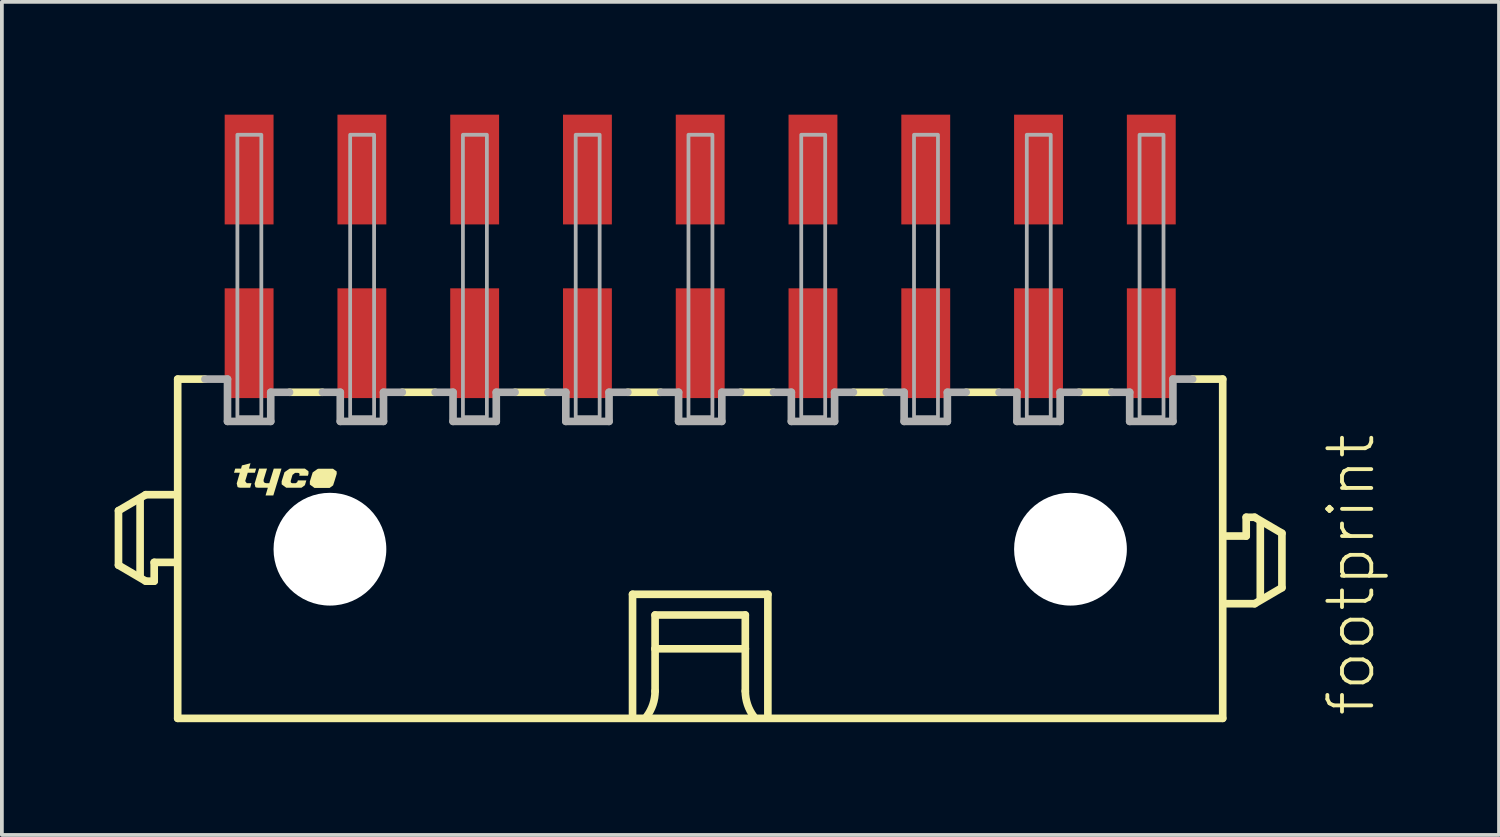
<source format=kicad_pcb>
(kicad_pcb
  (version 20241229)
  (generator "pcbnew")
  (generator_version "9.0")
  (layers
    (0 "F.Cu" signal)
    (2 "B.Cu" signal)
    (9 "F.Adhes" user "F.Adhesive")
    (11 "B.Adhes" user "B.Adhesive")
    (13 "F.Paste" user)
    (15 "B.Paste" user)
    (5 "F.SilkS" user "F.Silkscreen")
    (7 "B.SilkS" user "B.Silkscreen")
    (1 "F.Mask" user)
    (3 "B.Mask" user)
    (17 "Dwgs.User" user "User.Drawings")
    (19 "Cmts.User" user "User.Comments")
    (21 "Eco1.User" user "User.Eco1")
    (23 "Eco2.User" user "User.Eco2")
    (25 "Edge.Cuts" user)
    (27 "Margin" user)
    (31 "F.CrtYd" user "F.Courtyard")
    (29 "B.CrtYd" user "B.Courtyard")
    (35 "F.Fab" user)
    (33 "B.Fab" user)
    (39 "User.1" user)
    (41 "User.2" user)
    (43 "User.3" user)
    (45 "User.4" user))
  (footprint "footprint"
    (layer "F.Cu")
    (at 15.577 11.56)
    (property "Reference" "footprint" (at 18 4.5 90) (layer "F.SilkS") (effects (font (size 1.168 1.168) (thickness 0.102)) (justify left bottom)))
    (fp_line (start -15.475 -1.025) (end -15.475 0.425) (stroke (width 0.203) (type solid)) (layer "F.SilkS"))
    (fp_line (start -15.475 0.425) (end -14.75 0.85) (stroke (width 0.203) (type solid)) (layer "F.SilkS"))
    (fp_line (start -14.9 0.7) (end -14.9 -1.3) (stroke (width 0.203) (type solid)) (layer "F.SilkS"))
    (fp_line (start -14.75 -1.45) (end -15.475 -1.025) (stroke (width 0.203) (type solid)) (layer "F.SilkS"))
    (fp_line (start -14.75 0.85) (end -14.525 0.85) (stroke (width 0.203) (type solid)) (layer "F.SilkS"))
    (fp_line (start -14.525 0.35) (end -14 0.35) (stroke (width 0.203) (type solid)) (layer "F.SilkS"))
    (fp_line (start -14.525 0.85) (end -14.525 0.35) (stroke (width 0.203) (type solid)) (layer "F.SilkS"))
    (fp_line (start -14 -1.45) (end -14.75 -1.45) (stroke (width 0.203) (type solid)) (layer "F.SilkS"))
    (fp_line (start -13.9 -4.525) (end -13.9 4.5) (stroke (width 0.203) (type solid)) (layer "F.SilkS"))
    (fp_line (start -13.9 -4.525) (end -13.175 -4.525) (stroke (width 0.203) (type solid)) (layer "F.SilkS"))
    (fp_line (start -13.9 4.5) (end 13.9 4.5) (stroke (width 0.203) (type solid)) (layer "F.SilkS"))
    (fp_line (start -10.05 -4.175) (end -10.925 -4.175) (stroke (width 0.203) (type solid)) (layer "F.SilkS"))
    (fp_line (start -7.05 -4.175) (end -7.925 -4.175) (stroke (width 0.203) (type solid)) (layer "F.SilkS"))
    (fp_line (start -4.05 -4.175) (end -4.925 -4.175) (stroke (width 0.203) (type solid)) (layer "F.SilkS"))
    (fp_line (start -1.8 1.2) (end 1.8 1.2) (stroke (width 0.203) (type solid)) (layer "F.SilkS"))
    (fp_line (start -1.8 4.4) (end -1.8 1.2) (stroke (width 0.203) (type solid)) (layer "F.SilkS"))
    (fp_line (start -1.2 1.75) (end -1.2 2.65) (stroke (width 0.203) (type solid)) (layer "F.SilkS"))
    (fp_line (start -1.2 2.65) (end -1.2 3.775) (stroke (width 0.203) (type solid)) (layer "F.SilkS"))
    (fp_line (start -1.2 2.65) (end 1.2 2.65) (stroke (width 0.203) (type solid)) (layer "F.SilkS"))
    (fp_line (start -1.05 -4.175) (end -1.925 -4.175) (stroke (width 0.203) (type solid)) (layer "F.SilkS"))
    (fp_line (start 1.2 1.75) (end -1.2 1.75) (stroke (width 0.203) (type solid)) (layer "F.SilkS"))
    (fp_line (start 1.2 2.65) (end 1.2 1.75) (stroke (width 0.203) (type solid)) (layer "F.SilkS"))
    (fp_line (start 1.2 2.65) (end 1.2 3.775) (stroke (width 0.203) (type solid)) (layer "F.SilkS"))
    (fp_line (start 1.8 1.2) (end 1.8 4.4) (stroke (width 0.203) (type solid)) (layer "F.SilkS"))
    (fp_line (start 1.95 -4.175) (end 1.075 -4.175) (stroke (width 0.203) (type solid)) (layer "F.SilkS"))
    (fp_line (start 4.95 -4.175) (end 4.075 -4.175) (stroke (width 0.203) (type solid)) (layer "F.SilkS"))
    (fp_line (start 7.95 -4.175) (end 7.075 -4.175) (stroke (width 0.203) (type solid)) (layer "F.SilkS"))
    (fp_line (start 10.95 -4.175) (end 10.075 -4.175) (stroke (width 0.203) (type solid)) (layer "F.SilkS"))
    (fp_line (start 13.9 -4.525) (end 13.1 -4.525) (stroke (width 0.203) (type solid)) (layer "F.SilkS"))
    (fp_line (start 13.9 4.5) (end 13.9 -4.525) (stroke (width 0.203) (type solid)) (layer "F.SilkS"))
    (fp_line (start 14 1.45) (end 14.75 1.45) (stroke (width 0.203) (type solid)) (layer "F.SilkS"))
    (fp_line (start 14.525 -0.85) (end 14.525 -0.35) (stroke (width 0.203) (type solid)) (layer "F.SilkS"))
    (fp_line (start 14.525 -0.35) (end 14 -0.35) (stroke (width 0.203) (type solid)) (layer "F.SilkS"))
    (fp_line (start 14.75 -0.85) (end 14.525 -0.85) (stroke (width 0.203) (type solid)) (layer "F.SilkS"))
    (fp_line (start 14.75 1.45) (end 15.475 1.025) (stroke (width 0.203) (type solid)) (layer "F.SilkS"))
    (fp_line (start 14.9 1.3) (end 14.9 -0.7) (stroke (width 0.203) (type solid)) (layer "F.SilkS"))
    (fp_line (start 15.475 -0.425) (end 14.75 -0.85) (stroke (width 0.203) (type solid)) (layer "F.SilkS"))
    (fp_line (start 15.475 1.025) (end 15.475 -0.425) (stroke (width 0.203) (type solid)) (layer "F.SilkS"))
    (fp_arc (start -1.2 3.775) (mid -1.257731 4.130756) (end -1.425 4.449999) (stroke (width 0.2032) (type solid)) (layer "F.SilkS"))
    (fp_arc (start 1.425 4.449999) (mid 1.257732 4.130756) (end 1.2 3.775) (stroke (width 0.2032) (type solid)) (layer "F.SilkS"))
    (fp_poly (pts (xy -11.615 -1.844) (xy -11.613 -1.799) (xy -11.585 -1.764) (xy -11.539 -1.755) (xy -11.464 -1.755) (xy -11.344 -2.145) (xy -11.138 -2.145) (xy -11.356 -1.43) (xy -11.562 -1.43) (xy -11.502 -1.635) (xy -11.78 -1.635) (xy -11.78 -1.645) (xy -11.785 -1.645) (xy -11.785 -1.64) (xy -11.787 -1.635) (xy -11.833 -1.651) (xy -11.855 -1.74) (xy -11.734 -2.145) (xy -11.523 -2.145)) (stroke (width 0) (type solid)) (fill yes) (layer "F.SilkS"))
    (fp_poly (pts (xy -12.003 -2.145) (xy -11.813 -2.145) (xy -11.846 -2.035) (xy -12.036 -2.035) (xy -12.104 -1.811) (xy -12.062 -1.755) (xy -11.938 -1.755) (xy -11.971 -1.635) (xy -12.25 -1.635) (xy -12.25 -1.645) (xy -12.255 -1.645) (xy -12.255 -1.64) (xy -12.257 -1.635) (xy -12.307 -1.653) (xy -12.33 -1.75) (xy -12.247 -2.035) (xy -12.402 -2.035) (xy -12.369 -2.145) (xy -12.214 -2.145) (xy -12.192 -2.229) (xy -11.963 -2.287)) (stroke (width 0) (type solid)) (fill yes) (layer "F.SilkS"))
    (fp_poly (pts (xy -9.671 -2.069) (xy -9.67 -2.005) (xy -9.67 -2.004) (xy -9.723 -1.83) (xy -9.723 -1.83) (xy -9.725 -1.823) (xy -9.726 -1.82) (xy -9.726 -1.82) (xy -9.766 -1.697) (xy -9.858 -1.63) (xy -10.262 -1.63) (xy -10.384 -1.72) (xy -10.385 -1.8) (xy -10.385 -1.801) (xy -10.309 -2.043) (xy -10.173 -2.139) (xy -10.17 -2.135) (xy -10.17 -2.13) (xy -10.165 -2.13) (xy -10.165 -2.14) (xy -9.768 -2.14)) (stroke (width 0) (type solid)) (fill yes) (layer "F.SilkS"))
    (fp_poly (pts (xy -10.421 -2.074) (xy -10.42 -2.01) (xy -10.42 -2.009) (xy -10.436 -1.955) (xy -10.667 -1.955) (xy -10.66 -1.976) (xy -10.658 -2.001) (xy -10.672 -2.022) (xy -10.696 -2.03) (xy -10.778 -2.03) (xy -10.846 -1.977) (xy -10.895 -1.81) (xy -10.888 -1.772) (xy -10.854 -1.755) (xy -10.762 -1.755) (xy -10.719 -1.783) (xy -10.704 -1.83) (xy -10.478 -1.83) (xy -10.516 -1.702) (xy -10.608 -1.635) (xy -11.012 -1.635) (xy -11.134 -1.725) (xy -11.135 -1.805) (xy -11.135 -1.806) (xy -11.059 -2.048) (xy -10.923 -2.144) (xy -10.92 -2.14) (xy -10.92 -2.135) (xy -10.915 -2.135) (xy -10.915 -2.145) (xy -10.518 -2.145)) (stroke (width 0) (type solid)) (fill yes) (layer "F.SilkS"))
    (fp_line (start -12.575 -4.525) (end -13.175 -4.525) (stroke (width 0.203) (type solid)) (layer "F.Fab"))
    (fp_line (start -12.575 -3.4) (end -12.575 -4.525) (stroke (width 0.203) (type solid)) (layer "F.Fab"))
    (fp_line (start -11.425 -4.175) (end -11.425 -3.4) (stroke (width 0.203) (type solid)) (layer "F.Fab"))
    (fp_line (start -11.425 -3.4) (end -12.575 -3.4) (stroke (width 0.203) (type solid)) (layer "F.Fab"))
    (fp_line (start -10.925 -4.175) (end -11.425 -4.175) (stroke (width 0.203) (type solid)) (layer "F.Fab"))
    (fp_line (start -9.575 -4.175) (end -10.05 -4.175) (stroke (width 0.203) (type solid)) (layer "F.Fab"))
    (fp_line (start -9.575 -3.4) (end -9.575 -4.175) (stroke (width 0.203) (type solid)) (layer "F.Fab"))
    (fp_line (start -8.425 -4.175) (end -8.425 -3.4) (stroke (width 0.203) (type solid)) (layer "F.Fab"))
    (fp_line (start -8.425 -3.4) (end -9.575 -3.4) (stroke (width 0.203) (type solid)) (layer "F.Fab"))
    (fp_line (start -7.925 -4.175) (end -8.425 -4.175) (stroke (width 0.203) (type solid)) (layer "F.Fab"))
    (fp_line (start -6.575 -4.175) (end -7.05 -4.175) (stroke (width 0.203) (type solid)) (layer "F.Fab"))
    (fp_line (start -6.575 -3.4) (end -6.575 -4.175) (stroke (width 0.203) (type solid)) (layer "F.Fab"))
    (fp_line (start -5.425 -4.175) (end -5.425 -3.4) (stroke (width 0.203) (type solid)) (layer "F.Fab"))
    (fp_line (start -5.425 -3.4) (end -6.575 -3.4) (stroke (width 0.203) (type solid)) (layer "F.Fab"))
    (fp_line (start -4.925 -4.175) (end -5.425 -4.175) (stroke (width 0.203) (type solid)) (layer "F.Fab"))
    (fp_line (start -3.575 -4.175) (end -4.05 -4.175) (stroke (width 0.203) (type solid)) (layer "F.Fab"))
    (fp_line (start -3.575 -3.4) (end -3.575 -4.175) (stroke (width 0.203) (type solid)) (layer "F.Fab"))
    (fp_line (start -2.425 -4.175) (end -2.425 -3.4) (stroke (width 0.203) (type solid)) (layer "F.Fab"))
    (fp_line (start -2.425 -3.4) (end -3.575 -3.4) (stroke (width 0.203) (type solid)) (layer "F.Fab"))
    (fp_line (start -1.925 -4.175) (end -2.425 -4.175) (stroke (width 0.203) (type solid)) (layer "F.Fab"))
    (fp_line (start -0.575 -4.175) (end -1.05 -4.175) (stroke (width 0.203) (type solid)) (layer "F.Fab"))
    (fp_line (start -0.575 -3.4) (end -0.575 -4.175) (stroke (width 0.203) (type solid)) (layer "F.Fab"))
    (fp_line (start 0.575 -4.175) (end 0.575 -3.4) (stroke (width 0.203) (type solid)) (layer "F.Fab"))
    (fp_line (start 0.575 -3.4) (end -0.575 -3.4) (stroke (width 0.203) (type solid)) (layer "F.Fab"))
    (fp_line (start 1.075 -4.175) (end 0.575 -4.175) (stroke (width 0.203) (type solid)) (layer "F.Fab"))
    (fp_line (start 2.425 -4.175) (end 1.95 -4.175) (stroke (width 0.203) (type solid)) (layer "F.Fab"))
    (fp_line (start 2.425 -3.4) (end 2.425 -4.175) (stroke (width 0.203) (type solid)) (layer "F.Fab"))
    (fp_line (start 3.575 -4.175) (end 3.575 -3.4) (stroke (width 0.203) (type solid)) (layer "F.Fab"))
    (fp_line (start 3.575 -3.4) (end 2.425 -3.4) (stroke (width 0.203) (type solid)) (layer "F.Fab"))
    (fp_line (start 4.075 -4.175) (end 3.575 -4.175) (stroke (width 0.203) (type solid)) (layer "F.Fab"))
    (fp_line (start 5.425 -4.175) (end 4.95 -4.175) (stroke (width 0.203) (type solid)) (layer "F.Fab"))
    (fp_line (start 5.425 -3.4) (end 5.425 -4.175) (stroke (width 0.203) (type solid)) (layer "F.Fab"))
    (fp_line (start 6.575 -4.175) (end 6.575 -3.4) (stroke (width 0.203) (type solid)) (layer "F.Fab"))
    (fp_line (start 6.575 -3.4) (end 5.425 -3.4) (stroke (width 0.203) (type solid)) (layer "F.Fab"))
    (fp_line (start 7.075 -4.175) (end 6.575 -4.175) (stroke (width 0.203) (type solid)) (layer "F.Fab"))
    (fp_line (start 8.425 -4.175) (end 7.95 -4.175) (stroke (width 0.203) (type solid)) (layer "F.Fab"))
    (fp_line (start 8.425 -3.4) (end 8.425 -4.175) (stroke (width 0.203) (type solid)) (layer "F.Fab"))
    (fp_line (start 9.575 -4.175) (end 9.575 -3.4) (stroke (width 0.203) (type solid)) (layer "F.Fab"))
    (fp_line (start 9.575 -3.4) (end 8.425 -3.4) (stroke (width 0.203) (type solid)) (layer "F.Fab"))
    (fp_line (start 10.075 -4.175) (end 9.575 -4.175) (stroke (width 0.203) (type solid)) (layer "F.Fab"))
    (fp_line (start 11.425 -4.175) (end 10.95 -4.175) (stroke (width 0.203) (type solid)) (layer "F.Fab"))
    (fp_line (start 11.425 -3.4) (end 11.425 -4.175) (stroke (width 0.203) (type solid)) (layer "F.Fab"))
    (fp_line (start 12.575 -4.525) (end 12.575 -3.4) (stroke (width 0.203) (type solid)) (layer "F.Fab"))
    (fp_line (start 12.575 -3.4) (end 11.425 -3.4) (stroke (width 0.203) (type solid)) (layer "F.Fab"))
    (fp_line (start 13.1 -4.525) (end 12.575 -4.525) (stroke (width 0.203) (type solid)) (layer "F.Fab"))
    (fp_poly (pts (xy -12.312 -3.513) (xy -11.675 -3.513) (xy -11.675 -11.025) (xy -12.312 -11.025)) (stroke (width 0.1) (type solid)) (fill no) (layer "F.Fab"))
    (fp_poly (pts (xy -9.312 -3.513) (xy -8.675 -3.513) (xy -8.675 -11.025) (xy -9.312 -11.025)) (stroke (width 0.1) (type solid)) (fill no) (layer "F.Fab"))
    (fp_poly (pts (xy -6.312 -3.513) (xy -5.675 -3.513) (xy -5.675 -11.025) (xy -6.312 -11.025)) (stroke (width 0.1) (type solid)) (fill no) (layer "F.Fab"))
    (fp_poly (pts (xy -3.312 -3.513) (xy -2.675 -3.513) (xy -2.675 -11.025) (xy -3.312 -11.025)) (stroke (width 0.1) (type solid)) (fill no) (layer "F.Fab"))
    (fp_poly (pts (xy -0.312 -3.513) (xy 0.325 -3.513) (xy 0.325 -11.025) (xy -0.312 -11.025)) (stroke (width 0.1) (type solid)) (fill no) (layer "F.Fab"))
    (fp_poly (pts (xy 2.688 -3.513) (xy 3.325 -3.513) (xy 3.325 -11.025) (xy 2.688 -11.025)) (stroke (width 0.1) (type solid)) (fill no) (layer "F.Fab"))
    (fp_poly (pts (xy 5.688 -3.513) (xy 6.325 -3.513) (xy 6.325 -11.025) (xy 5.688 -11.025)) (stroke (width 0.1) (type solid)) (fill no) (layer "F.Fab"))
    (fp_poly (pts (xy 8.688 -3.513) (xy 9.325 -3.513) (xy 9.325 -11.025) (xy 8.688 -11.025)) (stroke (width 0.1) (type solid)) (fill no) (layer "F.Fab"))
    (fp_poly (pts (xy 11.688 -3.513) (xy 12.325 -3.513) (xy 12.325 -11.025) (xy 11.688 -11.025)) (stroke (width 0.1) (type solid)) (fill no) (layer "F.Fab"))
    (pad "" np_thru_hole circle (at -9.85 0) (size 3 3) (drill 3) (layers "*.Cu" "*.Mask"))
    (pad "" np_thru_hole circle (at 9.85 0) (size 3 3) (drill 3) (layers "*.Cu" "*.Mask"))
    (pad "1" smd rect (at 12 -10.1) (size 1.3 2.92) (layers "F.Cu" "F.Mask" "F.Paste"))
    (pad "2" smd rect (at 12 -5.48) (size 1.3 2.92) (layers "F.Cu" "F.Mask" "F.Paste"))
    (pad "3" smd rect (at 9 -10.1) (size 1.3 2.92) (layers "F.Cu" "F.Mask" "F.Paste"))
    (pad "4" smd rect (at 9 -5.48) (size 1.3 2.92) (layers "F.Cu" "F.Mask" "F.Paste"))
    (pad "5" smd rect (at 6 -10.1) (size 1.3 2.92) (layers "F.Cu" "F.Mask" "F.Paste"))
    (pad "6" smd rect (at 6 -5.48) (size 1.3 2.92) (layers "F.Cu" "F.Mask" "F.Paste"))
    (pad "7" smd rect (at 3 -10.1) (size 1.3 2.92) (layers "F.Cu" "F.Mask" "F.Paste"))
    (pad "8" smd rect (at 3 -5.48) (size 1.3 2.92) (layers "F.Cu" "F.Mask" "F.Paste"))
    (pad "9" smd rect (at 0 -10.1) (size 1.3 2.92) (layers "F.Cu" "F.Mask" "F.Paste"))
    (pad "10" smd rect (at 0 -5.48) (size 1.3 2.92) (layers "F.Cu" "F.Mask" "F.Paste"))
    (pad "11" smd rect (at -3 -10.1) (size 1.3 2.92) (layers "F.Cu" "F.Mask" "F.Paste"))
    (pad "12" smd rect (at -3 -5.48) (size 1.3 2.92) (layers "F.Cu" "F.Mask" "F.Paste"))
    (pad "13" smd rect (at -6 -10.1) (size 1.3 2.92) (layers "F.Cu" "F.Mask" "F.Paste"))
    (pad "14" smd rect (at -6 -5.48) (size 1.3 2.92) (layers "F.Cu" "F.Mask" "F.Paste"))
    (pad "15" smd rect (at -9 -10.1) (size 1.3 2.92) (layers "F.Cu" "F.Mask" "F.Paste"))
    (pad "16" smd rect (at -9 -5.48) (size 1.3 2.92) (layers "F.Cu" "F.Mask" "F.Paste"))
    (pad "17" smd rect (at -12 -10.1) (size 1.3 2.92) (layers "F.Cu" "F.Mask" "F.Paste"))
    (pad "18" smd rect (at -12 -5.48) (size 1.3 2.92) (layers "F.Cu" "F.Mask" "F.Paste")))
  (gr_rect
    (start -3 -3)
    (end 36.827 19.162)
    (stroke (width 0.1) (type default))
    (fill no)
    (layer "Edge.Cuts")))
</source>
